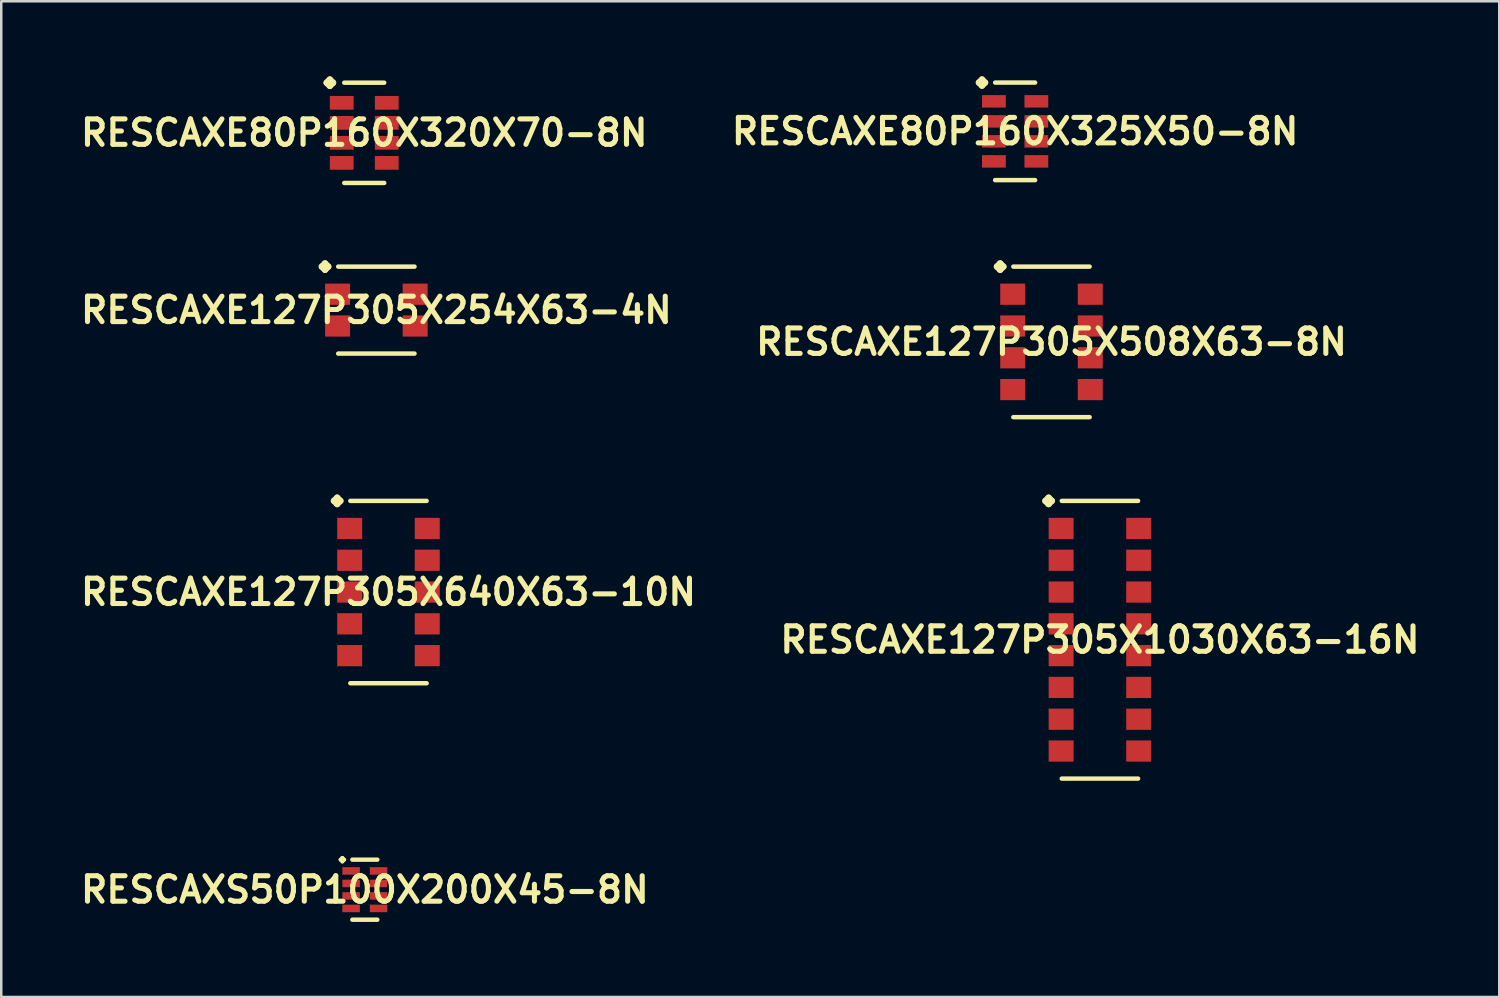
<source format=kicad_pcb>
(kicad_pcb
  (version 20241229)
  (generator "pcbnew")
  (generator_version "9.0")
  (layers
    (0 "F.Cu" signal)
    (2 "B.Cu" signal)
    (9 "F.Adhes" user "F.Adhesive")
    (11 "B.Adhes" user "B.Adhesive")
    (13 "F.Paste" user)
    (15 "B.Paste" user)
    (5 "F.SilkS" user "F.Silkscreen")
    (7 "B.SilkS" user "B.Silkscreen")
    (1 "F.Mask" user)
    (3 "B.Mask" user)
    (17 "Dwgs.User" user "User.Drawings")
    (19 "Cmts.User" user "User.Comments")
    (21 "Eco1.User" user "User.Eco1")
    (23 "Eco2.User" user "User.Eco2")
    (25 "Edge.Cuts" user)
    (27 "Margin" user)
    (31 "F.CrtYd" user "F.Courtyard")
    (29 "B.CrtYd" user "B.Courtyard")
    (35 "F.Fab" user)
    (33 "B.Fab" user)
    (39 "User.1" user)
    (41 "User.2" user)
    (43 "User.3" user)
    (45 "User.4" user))
  (footprint "RESCAXE80P160X325X50-8N"
    (layer "F.Cu")
    (at 37.5 2.197)
    (property "Reference" "RESCAXE80P160X325X50-8N" (at 0 0 0) (layer "F.SilkS") (effects (font (size 1.016 1.016) (thickness 0.203))))
    (attr smd)
    (fp_line (start -1.448 -1.948) (end -1.323 -2.073) (stroke (width 0.249) (type solid)) (layer "F.SilkS"))
    (fp_line (start -1.323 -2.073) (end -1.199 -1.948) (stroke (width 0.249) (type solid)) (layer "F.SilkS"))
    (fp_line (start -1.323 -1.824) (end -1.448 -1.948) (stroke (width 0.249) (type solid)) (layer "F.SilkS"))
    (fp_line (start -1.199 -1.948) (end -1.323 -1.824) (stroke (width 0.249) (type solid)) (layer "F.SilkS"))
    (fp_line (start -0.798 -1.948) (end 0.798 -1.948) (stroke (width 0.178) (type solid)) (layer "F.SilkS"))
    (fp_line (start -0.798 1.948) (end 0.798 1.948) (stroke (width 0.178) (type solid)) (layer "F.SilkS"))
    (pad "1" smd rect (at -0.848 -1.199) (size 0.95 0.498) (layers "F.Cu" "F.Mask" "F.Paste"))
    (pad "2" smd rect (at -0.848 -0.399) (size 0.95 0.498) (layers "F.Cu" "F.Mask" "F.Paste"))
    (pad "3" smd rect (at -0.848 0.399) (size 0.95 0.498) (layers "F.Cu" "F.Mask" "F.Paste"))
    (pad "4" smd rect (at -0.848 1.199) (size 0.95 0.498) (layers "F.Cu" "F.Mask" "F.Paste"))
    (pad "5" smd rect (at 0.848 1.199) (size 0.95 0.498) (layers "F.Cu" "F.Mask" "F.Paste"))
    (pad "6" smd rect (at 0.848 0.399) (size 0.95 0.498) (layers "F.Cu" "F.Mask" "F.Paste"))
    (pad "7" smd rect (at 0.848 -0.399) (size 0.95 0.498) (layers "F.Cu" "F.Mask" "F.Paste"))
    (pad "8" smd rect (at 0.848 -1.199) (size 0.95 0.498) (layers "F.Cu" "F.Mask" "F.Paste")))
  (footprint "RESCAXE127P305X254X63-4N"
    (layer "F.Cu")
    (at 11.984 9.337)
    (property "Reference" "RESCAXE127P305X254X63-4N" (at 0 0 0) (layer "F.SilkS") (effects (font (size 1.016 1.016) (thickness 0.203))))
    (attr smd)
    (fp_line (start -2.177 -1.737) (end -2.05 -1.864) (stroke (width 0.254) (type solid)) (layer "F.SilkS"))
    (fp_line (start -2.05 -1.864) (end -1.923 -1.737) (stroke (width 0.254) (type solid)) (layer "F.SilkS"))
    (fp_line (start -2.05 -1.61) (end -2.177 -1.737) (stroke (width 0.254) (type solid)) (layer "F.SilkS"))
    (fp_line (start -1.923 -1.737) (end -2.05 -1.61) (stroke (width 0.254) (type solid)) (layer "F.SilkS"))
    (fp_line (start -1.524 -1.737) (end 1.524 -1.737) (stroke (width 0.178) (type solid)) (layer "F.SilkS"))
    (fp_line (start -1.524 1.737) (end 1.524 1.737) (stroke (width 0.178) (type solid)) (layer "F.SilkS"))
    (pad "1" smd rect (at -1.549 -0.635) (size 0.998 0.848) (layers "F.Cu" "F.Mask" "F.Paste"))
    (pad "2" smd rect (at -1.549 0.635) (size 0.998 0.848) (layers "F.Cu" "F.Mask" "F.Paste"))
    (pad "3" smd rect (at 1.549 0.635) (size 0.998 0.848) (layers "F.Cu" "F.Mask" "F.Paste"))
    (pad "4" smd rect (at 1.549 -0.635) (size 0.998 0.848) (layers "F.Cu" "F.Mask" "F.Paste")))
  (footprint "RESCAXS50P100X200X45-8N"
    (layer "F.Cu")
    (at 11.524 32.489)
    (property "Reference" "RESCAXS50P100X200X45-8N" (at 0 0 0) (layer "F.SilkS") (effects (font (size 1.016 1.016) (thickness 0.203))))
    (attr smd)
    (fp_line (start -0.973 -1.199) (end -0.899 -1.273) (stroke (width 0.15) (type solid)) (layer "F.SilkS"))
    (fp_line (start -0.899 -1.273) (end -0.823 -1.199) (stroke (width 0.15) (type solid)) (layer "F.SilkS"))
    (fp_line (start -0.899 -1.123) (end -0.973 -1.199) (stroke (width 0.15) (type solid)) (layer "F.SilkS"))
    (fp_line (start -0.823 -1.199) (end -0.899 -1.123) (stroke (width 0.15) (type solid)) (layer "F.SilkS"))
    (fp_line (start -0.498 -1.199) (end 0.498 -1.199) (stroke (width 0.178) (type solid)) (layer "F.SilkS"))
    (fp_line (start -0.498 1.199) (end 0.498 1.199) (stroke (width 0.178) (type solid)) (layer "F.SilkS"))
    (pad "1" smd rect (at -0.549 -0.749) (size 0.699 0.3) (layers "F.Cu" "F.Mask" "F.Paste"))
    (pad "2" smd rect (at -0.549 -0.249) (size 0.699 0.3) (layers "F.Cu" "F.Mask" "F.Paste"))
    (pad "3" smd rect (at -0.549 0.249) (size 0.699 0.3) (layers "F.Cu" "F.Mask" "F.Paste"))
    (pad "4" smd rect (at -0.549 0.749) (size 0.699 0.3) (layers "F.Cu" "F.Mask" "F.Paste"))
    (pad "5" smd rect (at 0.549 0.749) (size 0.699 0.3) (layers "F.Cu" "F.Mask" "F.Paste"))
    (pad "6" smd rect (at 0.549 0.249) (size 0.699 0.3) (layers "F.Cu" "F.Mask" "F.Paste"))
    (pad "7" smd rect (at 0.549 -0.249) (size 0.699 0.3) (layers "F.Cu" "F.Mask" "F.Paste"))
    (pad "8" smd rect (at 0.549 -0.749) (size 0.699 0.3) (layers "F.Cu" "F.Mask" "F.Paste")))
  (footprint "RESCAXE127P305X640X63-10N"
    (layer "F.Cu")
    (at 12.468 20.6)
    (property "Reference" "RESCAXE127P305X640X63-10N" (at 0 0 0) (layer "F.SilkS") (effects (font (size 1.016 1.016) (thickness 0.203))))
    (attr smd)
    (fp_line (start -2.177 -3.642) (end -2.05 -3.769) (stroke (width 0.254) (type solid)) (layer "F.SilkS"))
    (fp_line (start -2.05 -3.769) (end -1.923 -3.642) (stroke (width 0.254) (type solid)) (layer "F.SilkS"))
    (fp_line (start -2.05 -3.515) (end -2.177 -3.642) (stroke (width 0.254) (type solid)) (layer "F.SilkS"))
    (fp_line (start -1.923 -3.642) (end -2.05 -3.515) (stroke (width 0.254) (type solid)) (layer "F.SilkS"))
    (fp_line (start -1.524 -3.642) (end 1.524 -3.642) (stroke (width 0.178) (type solid)) (layer "F.SilkS"))
    (fp_line (start -1.524 3.642) (end 1.524 3.642) (stroke (width 0.178) (type solid)) (layer "F.SilkS"))
    (pad "1" smd rect (at -1.549 -2.54) (size 0.998 0.848) (layers "F.Cu" "F.Mask" "F.Paste"))
    (pad "2" smd rect (at -1.549 -1.27) (size 0.998 0.848) (layers "F.Cu" "F.Mask" "F.Paste"))
    (pad "3" smd rect (at -1.549 0) (size 0.998 0.848) (layers "F.Cu" "F.Mask" "F.Paste"))
    (pad "4" smd rect (at -1.549 1.27) (size 0.998 0.848) (layers "F.Cu" "F.Mask" "F.Paste"))
    (pad "5" smd rect (at -1.549 2.54) (size 0.998 0.848) (layers "F.Cu" "F.Mask" "F.Paste"))
    (pad "6" smd rect (at 1.549 2.54) (size 0.998 0.848) (layers "F.Cu" "F.Mask" "F.Paste"))
    (pad "7" smd rect (at 1.549 1.27) (size 0.998 0.848) (layers "F.Cu" "F.Mask" "F.Paste"))
    (pad "8" smd rect (at 1.549 0) (size 0.998 0.848) (layers "F.Cu" "F.Mask" "F.Paste"))
    (pad "9" smd rect (at 1.549 -1.27) (size 0.998 0.848) (layers "F.Cu" "F.Mask" "F.Paste"))
    (pad "10" smd rect (at 1.549 -2.54) (size 0.998 0.848) (layers "F.Cu" "F.Mask" "F.Paste")))
  (footprint "RESCAXE80P160X320X70-8N"
    (layer "F.Cu")
    (at 11.5 2.256)
    (property "Reference" "RESCAXE80P160X320X70-8N" (at 0 0 0) (layer "F.SilkS") (effects (font (size 1.016 1.016) (thickness 0.203))))
    (attr smd)
    (fp_line (start -1.501 -2.002) (end -1.374 -2.129) (stroke (width 0.254) (type solid)) (layer "F.SilkS"))
    (fp_line (start -1.374 -2.129) (end -1.247 -2.002) (stroke (width 0.254) (type solid)) (layer "F.SilkS"))
    (fp_line (start -1.374 -1.875) (end -1.501 -2.002) (stroke (width 0.254) (type solid)) (layer "F.SilkS"))
    (fp_line (start -1.247 -2.002) (end -1.374 -1.875) (stroke (width 0.254) (type solid)) (layer "F.SilkS"))
    (fp_line (start -0.798 -2.002) (end 0.798 -2.002) (stroke (width 0.178) (type solid)) (layer "F.SilkS"))
    (fp_line (start -0.798 2.002) (end 0.798 2.002) (stroke (width 0.178) (type solid)) (layer "F.SilkS"))
    (pad "1" smd rect (at -0.899 -1.199) (size 0.95 0.549) (layers "F.Cu" "F.Mask" "F.Paste"))
    (pad "2" smd rect (at -0.899 -0.399) (size 0.95 0.549) (layers "F.Cu" "F.Mask" "F.Paste"))
    (pad "3" smd rect (at -0.899 0.399) (size 0.95 0.549) (layers "F.Cu" "F.Mask" "F.Paste"))
    (pad "4" smd rect (at -0.899 1.199) (size 0.95 0.549) (layers "F.Cu" "F.Mask" "F.Paste"))
    (pad "5" smd rect (at 0.899 1.199) (size 0.95 0.549) (layers "F.Cu" "F.Mask" "F.Paste"))
    (pad "6" smd rect (at 0.899 0.399) (size 0.95 0.549) (layers "F.Cu" "F.Mask" "F.Paste"))
    (pad "7" smd rect (at 0.899 -0.399) (size 0.95 0.549) (layers "F.Cu" "F.Mask" "F.Paste"))
    (pad "8" smd rect (at 0.899 -1.199) (size 0.95 0.549) (layers "F.Cu" "F.Mask" "F.Paste")))
  (footprint "RESCAXE127P305X508X63-8N"
    (layer "F.Cu")
    (at 38.952 10.607)
    (property "Reference" "RESCAXE127P305X508X63-8N" (at 0 0 0) (layer "F.SilkS") (effects (font (size 1.016 1.016) (thickness 0.203))))
    (attr smd)
    (fp_line (start -2.177 -3.007) (end -2.05 -3.134) (stroke (width 0.254) (type solid)) (layer "F.SilkS"))
    (fp_line (start -2.05 -3.134) (end -1.923 -3.007) (stroke (width 0.254) (type solid)) (layer "F.SilkS"))
    (fp_line (start -2.05 -2.88) (end -2.177 -3.007) (stroke (width 0.254) (type solid)) (layer "F.SilkS"))
    (fp_line (start -1.923 -3.007) (end -2.05 -2.88) (stroke (width 0.254) (type solid)) (layer "F.SilkS"))
    (fp_line (start -1.524 -3.007) (end 1.524 -3.007) (stroke (width 0.178) (type solid)) (layer "F.SilkS"))
    (fp_line (start -1.524 3.007) (end 1.524 3.007) (stroke (width 0.178) (type solid)) (layer "F.SilkS"))
    (pad "1" smd rect (at -1.549 -1.905) (size 0.998 0.848) (layers "F.Cu" "F.Mask" "F.Paste"))
    (pad "2" smd rect (at -1.549 -0.635) (size 0.998 0.848) (layers "F.Cu" "F.Mask" "F.Paste"))
    (pad "3" smd rect (at -1.549 0.635) (size 0.998 0.848) (layers "F.Cu" "F.Mask" "F.Paste"))
    (pad "4" smd rect (at -1.549 1.905) (size 0.998 0.848) (layers "F.Cu" "F.Mask" "F.Paste"))
    (pad "5" smd rect (at 1.549 1.905) (size 0.998 0.848) (layers "F.Cu" "F.Mask" "F.Paste"))
    (pad "6" smd rect (at 1.549 0.635) (size 0.998 0.848) (layers "F.Cu" "F.Mask" "F.Paste"))
    (pad "7" smd rect (at 1.549 -0.635) (size 0.998 0.848) (layers "F.Cu" "F.Mask" "F.Paste"))
    (pad "8" smd rect (at 1.549 -1.905) (size 0.998 0.848) (layers "F.Cu" "F.Mask" "F.Paste")))
  (footprint "RESCAXE127P305X1030X63-16N"
    (layer "F.Cu")
    (at 40.887 22.505)
    (property "Reference" "RESCAXE127P305X1030X63-16N" (at 0 0 0) (layer "F.SilkS") (effects (font (size 1.016 1.016) (thickness 0.203))))
    (attr smd)
    (fp_line (start -2.177 -5.547) (end -2.05 -5.674) (stroke (width 0.254) (type solid)) (layer "F.SilkS"))
    (fp_line (start -2.05 -5.674) (end -1.923 -5.547) (stroke (width 0.254) (type solid)) (layer "F.SilkS"))
    (fp_line (start -2.05 -5.42) (end -2.177 -5.547) (stroke (width 0.254) (type solid)) (layer "F.SilkS"))
    (fp_line (start -1.923 -5.547) (end -2.05 -5.42) (stroke (width 0.254) (type solid)) (layer "F.SilkS"))
    (fp_line (start -1.524 -5.547) (end 1.524 -5.547) (stroke (width 0.178) (type solid)) (layer "F.SilkS"))
    (fp_line (start -1.524 5.547) (end 1.524 5.547) (stroke (width 0.178) (type solid)) (layer "F.SilkS"))
    (pad "1" smd rect (at -1.549 -4.445) (size 0.998 0.848) (layers "F.Cu" "F.Mask" "F.Paste"))
    (pad "2" smd rect (at -1.549 -3.175) (size 0.998 0.848) (layers "F.Cu" "F.Mask" "F.Paste"))
    (pad "3" smd rect (at -1.549 -1.905) (size 0.998 0.848) (layers "F.Cu" "F.Mask" "F.Paste"))
    (pad "4" smd rect (at -1.549 -0.635) (size 0.998 0.848) (layers "F.Cu" "F.Mask" "F.Paste"))
    (pad "5" smd rect (at -1.549 0.635) (size 0.998 0.848) (layers "F.Cu" "F.Mask" "F.Paste"))
    (pad "6" smd rect (at -1.549 1.905) (size 0.998 0.848) (layers "F.Cu" "F.Mask" "F.Paste"))
    (pad "7" smd rect (at -1.549 3.175) (size 0.998 0.848) (layers "F.Cu" "F.Mask" "F.Paste"))
    (pad "8" smd rect (at -1.549 4.445) (size 0.998 0.848) (layers "F.Cu" "F.Mask" "F.Paste"))
    (pad "9" smd rect (at 1.549 4.445) (size 0.998 0.848) (layers "F.Cu" "F.Mask" "F.Paste"))
    (pad "10" smd rect (at 1.549 3.175) (size 0.998 0.848) (layers "F.Cu" "F.Mask" "F.Paste"))
    (pad "11" smd rect (at 1.549 1.905) (size 0.998 0.848) (layers "F.Cu" "F.Mask" "F.Paste"))
    (pad "12" smd rect (at 1.549 0.635) (size 0.998 0.848) (layers "F.Cu" "F.Mask" "F.Paste"))
    (pad "13" smd rect (at 1.549 -0.635) (size 0.998 0.848) (layers "F.Cu" "F.Mask" "F.Paste"))
    (pad "14" smd rect (at 1.549 -1.905) (size 0.998 0.848) (layers "F.Cu" "F.Mask" "F.Paste"))
    (pad "15" smd rect (at 1.549 -3.175) (size 0.998 0.848) (layers "F.Cu" "F.Mask" "F.Paste"))
    (pad "16" smd rect (at 1.549 -4.445) (size 0.998 0.848) (layers "F.Cu" "F.Mask" "F.Paste")))
  (gr_rect
    (start -3 -3)
    (end 56.839 36.776)
    (stroke (width 0.1) (type default))
    (fill no)
    (layer "Edge.Cuts")))
</source>
